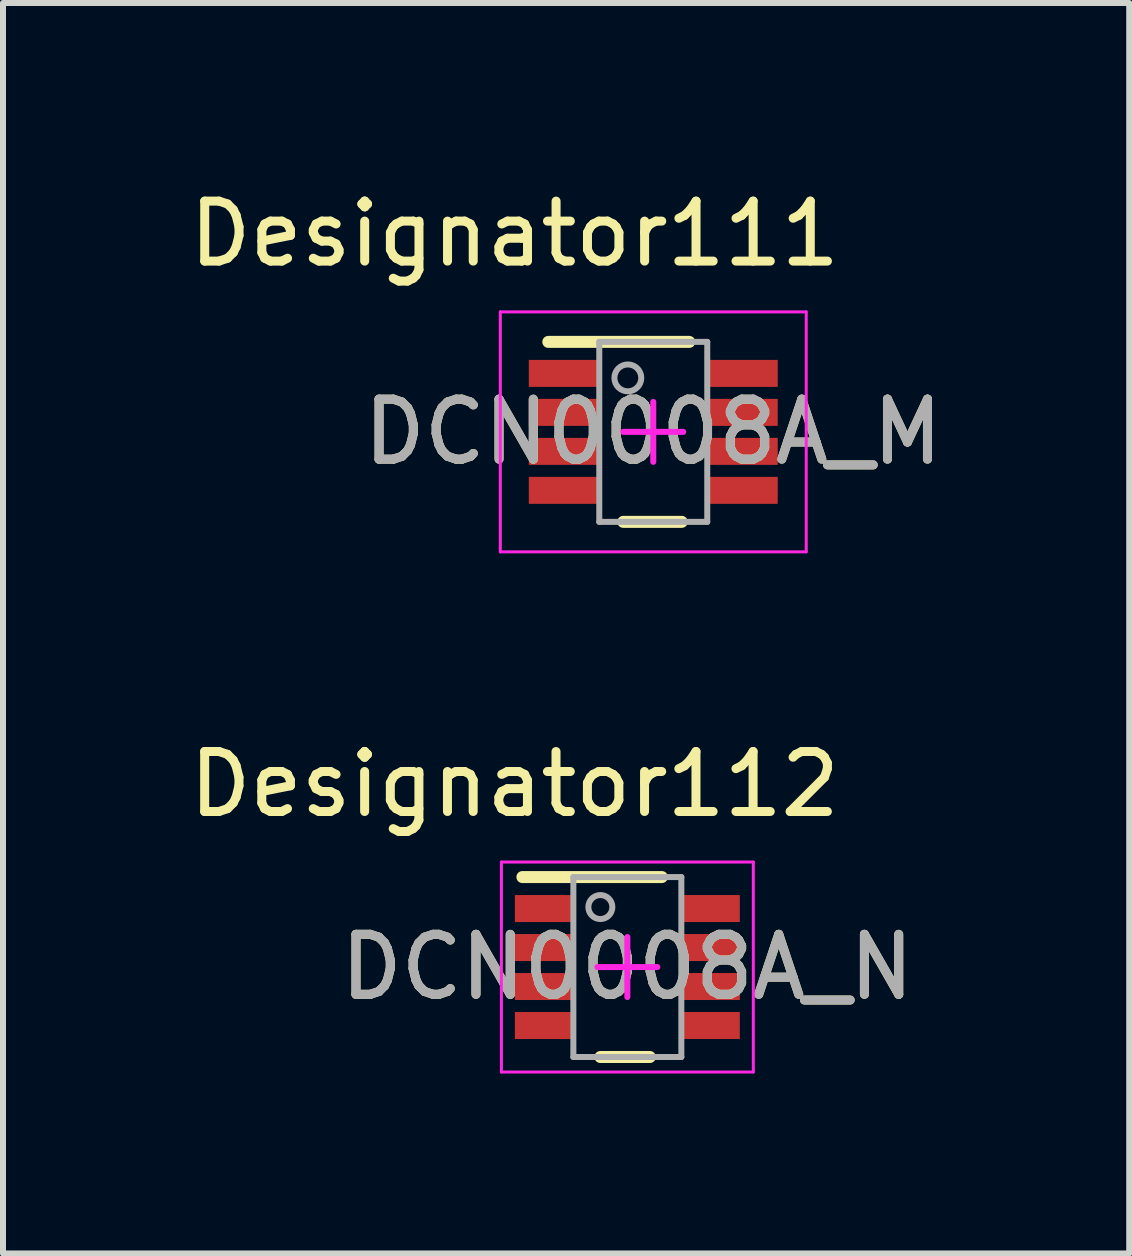
<source format=kicad_pcb>
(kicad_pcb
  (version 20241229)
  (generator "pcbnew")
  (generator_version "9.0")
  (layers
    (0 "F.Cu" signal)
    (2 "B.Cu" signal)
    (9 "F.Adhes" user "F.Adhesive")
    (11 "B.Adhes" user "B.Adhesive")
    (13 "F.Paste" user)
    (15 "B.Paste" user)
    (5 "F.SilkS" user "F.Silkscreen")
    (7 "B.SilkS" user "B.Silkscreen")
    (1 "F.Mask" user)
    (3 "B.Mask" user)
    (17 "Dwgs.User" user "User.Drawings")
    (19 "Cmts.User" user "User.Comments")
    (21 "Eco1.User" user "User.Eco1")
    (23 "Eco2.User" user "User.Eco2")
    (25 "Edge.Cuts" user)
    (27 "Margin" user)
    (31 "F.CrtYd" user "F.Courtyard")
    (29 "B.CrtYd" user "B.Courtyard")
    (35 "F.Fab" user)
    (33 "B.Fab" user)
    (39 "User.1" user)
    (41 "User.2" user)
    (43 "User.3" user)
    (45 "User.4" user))
  (footprint "DCN0008A_N"
    (layer "F.Cu")
    (at 7.409 13.072)
    (property "Reference" "DCN0008A_N" (at 0 0 0) (unlocked yes) (layer "F.SilkS") (effects (font (size 1 1) (thickness 0.15))))
    (attr smd)
    (fp_line (start -1.75 -1.5) (end 0.575 -1.5) (stroke (width 0.2) (type solid)) (layer "F.SilkS"))
    (fp_line (start -0.45 1.5) (end 0.375 1.5) (stroke (width 0.2) (type solid)) (layer "F.SilkS"))
    (fp_line (start -2.1 -1.75) (end 2.1 -1.75) (stroke (width 0.05) (type solid)) (layer "F.CrtYd"))
    (fp_line (start -2.1 1.75) (end -2.1 -1.75) (stroke (width 0.05) (type solid)) (layer "F.CrtYd"))
    (fp_line (start -2.1 1.75) (end 2.1 1.75) (stroke (width 0.05) (type solid)) (layer "F.CrtYd"))
    (fp_line (start -0.5 0) (end 0.5 0) (stroke (width 0.1) (type solid)) (layer "F.CrtYd"))
    (fp_line (start 0 0.5) (end 0 -0.5) (stroke (width 0.1) (type solid)) (layer "F.CrtYd"))
    (fp_line (start 2.1 1.75) (end 2.1 -1.75) (stroke (width 0.05) (type solid)) (layer "F.CrtYd"))
    (fp_line (start -0.9 -1.5) (end 0.9 -1.5) (stroke (width 0.1) (type solid)) (layer "F.Fab"))
    (fp_line (start -0.9 1.5) (end -0.9 -1.5) (stroke (width 0.1) (type solid)) (layer "F.Fab"))
    (fp_line (start -0.9 1.5) (end 0.9 1.5) (stroke (width 0.1) (type solid)) (layer "F.Fab"))
    (fp_line (start 0.9 1.5) (end 0.9 -1.5) (stroke (width 0.1) (type solid)) (layer "F.Fab"))
    (fp_circle (center -0.45 -1) (end -0.25 -1) (stroke (width 0.1) (type solid)) (fill no) (layer "F.Fab"))
    (fp_text user "Designator112" (at -1.88 -3.048 0) (unlocked yes) (layer "F.SilkS") (effects (font (size 1 1) (thickness 0.15))))
    (fp_text user "${REFERENCE}" (at 0 0 0) (unlocked yes) (layer "F.Fab") (effects (font (size 1 1) (thickness 0.15))))
    (pad "1" smd rect (at -1.375 -0.975 90) (size 0.45 1) (layers "F.Cu" "F.Mask" "F.Paste"))
    (pad "2" smd rect (at -1.375 -0.325 90) (size 0.45 1) (layers "F.Cu" "F.Mask" "F.Paste"))
    (pad "3" smd rect (at -1.375 0.325 90) (size 0.45 1) (layers "F.Cu" "F.Mask" "F.Paste"))
    (pad "4" smd rect (at -1.375 0.975 90) (size 0.45 1) (layers "F.Cu" "F.Mask" "F.Paste"))
    (pad "5" smd rect (at 1.375 0.975 90) (size 0.45 1) (layers "F.Cu" "F.Mask" "F.Paste"))
    (pad "6" smd rect (at 1.375 0.325 90) (size 0.45 1) (layers "F.Cu" "F.Mask" "F.Paste"))
    (pad "7" smd rect (at 1.375 -0.325 90) (size 0.45 1) (layers "F.Cu" "F.Mask" "F.Paste"))
    (pad "8" smd rect (at 1.375 -0.975 90) (size 0.45 1) (layers "F.Cu" "F.Mask" "F.Paste")))
  (footprint "DCN0008A_M"
    (layer "F.Cu")
    (at 7.841 4.15)
    (property "Reference" "DCN0008A_M" (at 0 0 0) (unlocked yes) (layer "F.SilkS") (effects (font (size 1 1) (thickness 0.15))))
    (attr smd)
    (fp_line (start -1.75 -1.5) (end 0.6 -1.5) (stroke (width 0.2) (type solid)) (layer "F.SilkS"))
    (fp_line (start -0.5 1.5) (end 0.475 1.5) (stroke (width 0.2) (type solid)) (layer "F.SilkS"))
    (fp_line (start -2.55 -2) (end 2.55 -2) (stroke (width 0.05) (type solid)) (layer "F.CrtYd"))
    (fp_line (start -2.55 2) (end -2.55 -2) (stroke (width 0.05) (type solid)) (layer "F.CrtYd"))
    (fp_line (start -2.55 2) (end 2.55 2) (stroke (width 0.05) (type solid)) (layer "F.CrtYd"))
    (fp_line (start -0.5 0) (end 0.5 0) (stroke (width 0.1) (type solid)) (layer "F.CrtYd"))
    (fp_line (start 0 0.5) (end 0 -0.5) (stroke (width 0.1) (type solid)) (layer "F.CrtYd"))
    (fp_line (start 2.55 2) (end 2.55 -2) (stroke (width 0.05) (type solid)) (layer "F.CrtYd"))
    (fp_line (start -0.9 -1.5) (end 0.9 -1.5) (stroke (width 0.1) (type solid)) (layer "F.Fab"))
    (fp_line (start -0.9 1.5) (end -0.9 -1.5) (stroke (width 0.1) (type solid)) (layer "F.Fab"))
    (fp_line (start -0.9 1.5) (end 0.9 1.5) (stroke (width 0.1) (type solid)) (layer "F.Fab"))
    (fp_line (start 0.9 1.5) (end 0.9 -1.5) (stroke (width 0.1) (type solid)) (layer "F.Fab"))
    (fp_circle (center -0.424 -0.9) (end -0.2 -0.9) (stroke (width 0.1) (type solid)) (fill no) (layer "F.Fab"))
    (fp_text user "Designator111" (at -2.311 -3.302 0) (unlocked yes) (layer "F.SilkS") (effects (font (size 1 1) (thickness 0.15))))
    (fp_text user "${REFERENCE}" (at 0 0 0) (unlocked yes) (layer "F.Fab") (effects (font (size 1 1) (thickness 0.15))))
    (pad "1" smd rect (at -1.475 -0.975 90) (size 0.45 1.2) (layers "F.Cu" "F.Mask" "F.Paste"))
    (pad "2" smd rect (at -1.475 -0.325 90) (size 0.45 1.2) (layers "F.Cu" "F.Mask" "F.Paste"))
    (pad "3" smd rect (at -1.475 0.325 90) (size 0.45 1.2) (layers "F.Cu" "F.Mask" "F.Paste"))
    (pad "4" smd rect (at -1.475 0.975 90) (size 0.45 1.2) (layers "F.Cu" "F.Mask" "F.Paste"))
    (pad "5" smd rect (at 1.475 0.975 90) (size 0.45 1.2) (layers "F.Cu" "F.Mask" "F.Paste"))
    (pad "6" smd rect (at 1.475 0.325 90) (size 0.45 1.2) (layers "F.Cu" "F.Mask" "F.Paste"))
    (pad "7" smd rect (at 1.475 -0.325 90) (size 0.45 1.2) (layers "F.Cu" "F.Mask" "F.Paste"))
    (pad "8" smd rect (at 1.475 -0.975 90) (size 0.45 1.2) (layers "F.Cu" "F.Mask" "F.Paste")))
  (gr_rect
    (start -3 -3)
    (end 15.776 17.847)
    (stroke (width 0.1) (type default))
    (fill no)
    (layer "Edge.Cuts")))
</source>
